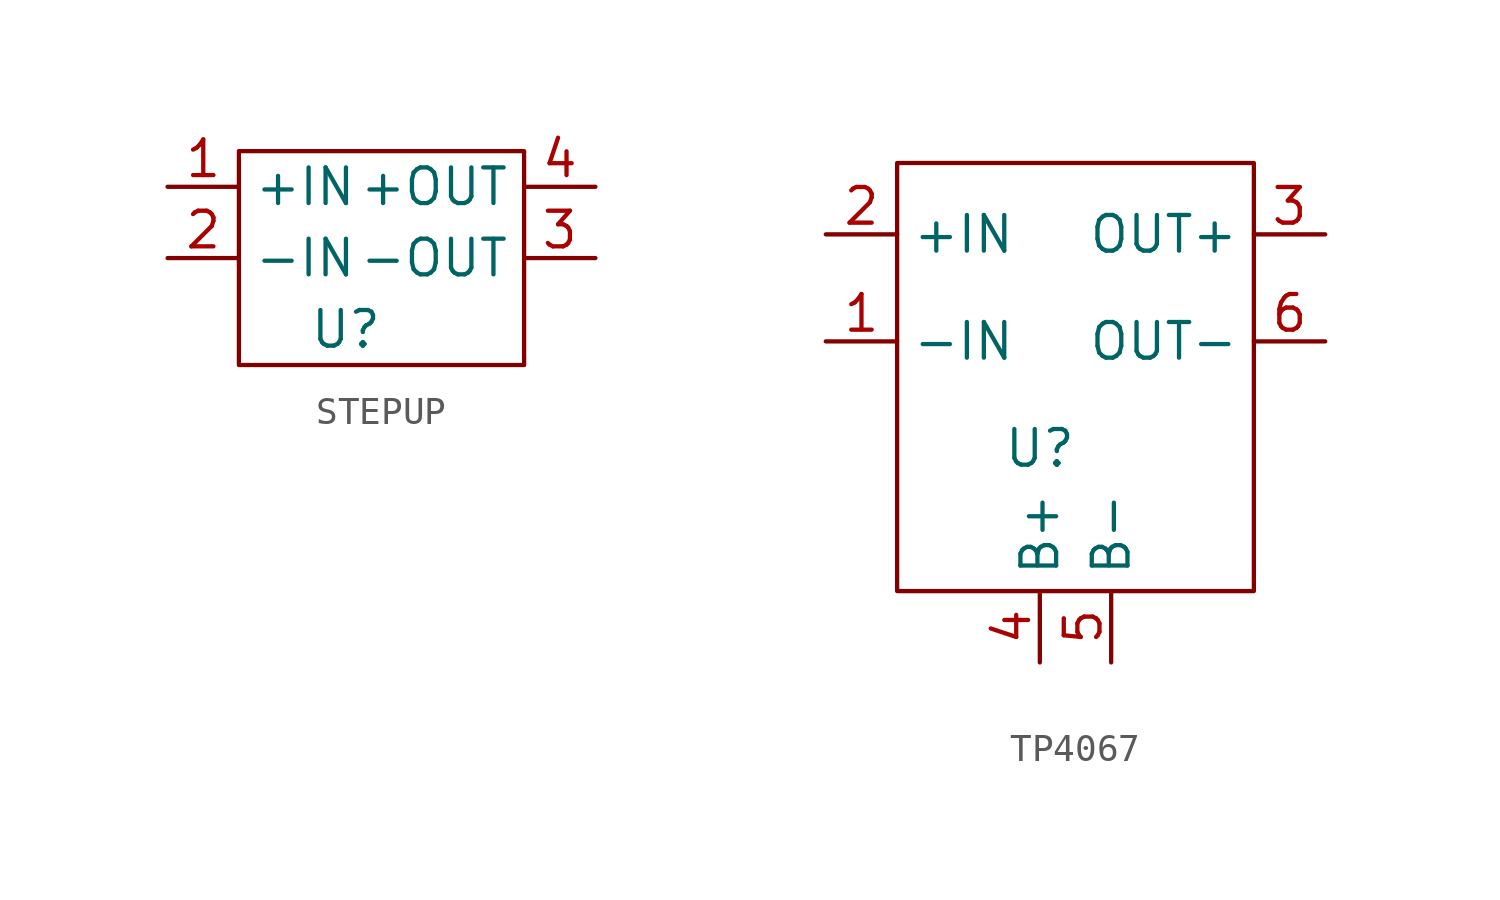
<source format=kicad_sym>
(kicad_symbol_lib
  (version 20220914)
  (generator kicad_symbol_editor)
  (symbol "STEPUP"
    (property "Reference" "U"
      (at 0 -2.54 0)
      (effects (font (size 1.27 1.27))))
    (property "Value" ""
      (at 0 0 0)
      (effects (font (size 1.27 1.27))))
    (symbol "STEPUP_0_1"
      (rectangle (start -3.81 3.81) (end 6.35 -3.81) (stroke (width 0) (type default)) (fill (type none))))
    (symbol "STEPUP_1_1"
      (pin power_in line (at -6.35 2.54 0) (length 2.54) (name "+IN" (effects (font (size 1.27 1.27)))) (number "1" (effects (font (size 1.27 1.27)))))
      (pin power_in line (at -6.35 0 0) (length 2.54) (name "-IN" (effects (font (size 1.27 1.27)))) (number "2" (effects (font (size 1.27 1.27)))))
      (pin power_out line (at 8.89 0 180) (length 2.54) (name "-OUT" (effects (font (size 1.27 1.27)))) (number "3" (effects (font (size 1.27 1.27)))))
      (pin power_out line (at 8.89 2.54 180) (length 2.54) (name "+OUT" (effects (font (size 1.27 1.27)))) (number "4" (effects (font (size 1.27 1.27)))))))
  (symbol "TP4067"
    (property "Reference" "U"
      (at 0 0 0)
      (effects (font (size 1.27 1.27))))
    (property "Value" ""
      (at 0 0 0)
      (effects (font (size 1.27 1.27))))
    (symbol "TP4067_0_1"
      (rectangle (start -5.08 10.16) (end 7.62 -5.08) (stroke (width 0) (type default)) (fill (type none))))
    (symbol "TP4067_1_1"
      (pin power_in line (at -7.62 3.81 0) (length 2.54) (name "-IN" (effects (font (size 1.27 1.27)))) (number "1" (effects (font (size 1.27 1.27)))))
      (pin power_in line (at -7.62 7.62 0) (length 2.54) (name "+IN" (effects (font (size 1.27 1.27)))) (number "2" (effects (font (size 1.27 1.27)))))
      (pin power_in line (at 10.16 7.62 180) (length 2.54) (name "OUT+" (effects (font (size 1.27 1.27)))) (number "3" (effects (font (size 1.27 1.27)))))
      (pin power_in line (at 0 -7.62 90) (length 2.54) (name "B+" (effects (font (size 1.27 1.27)))) (number "4" (effects (font (size 1.27 1.27)))))
      (pin power_in line (at 2.54 -7.62 90) (length 2.54) (name "B-" (effects (font (size 1.27 1.27)))) (number "5" (effects (font (size 1.27 1.27)))))
      (pin power_in line (at 10.16 3.81 180) (length 2.54) (name "OUT-" (effects (font (size 1.27 1.27)))) (number "6" (effects (font (size 1.27 1.27))))))))
</source>
